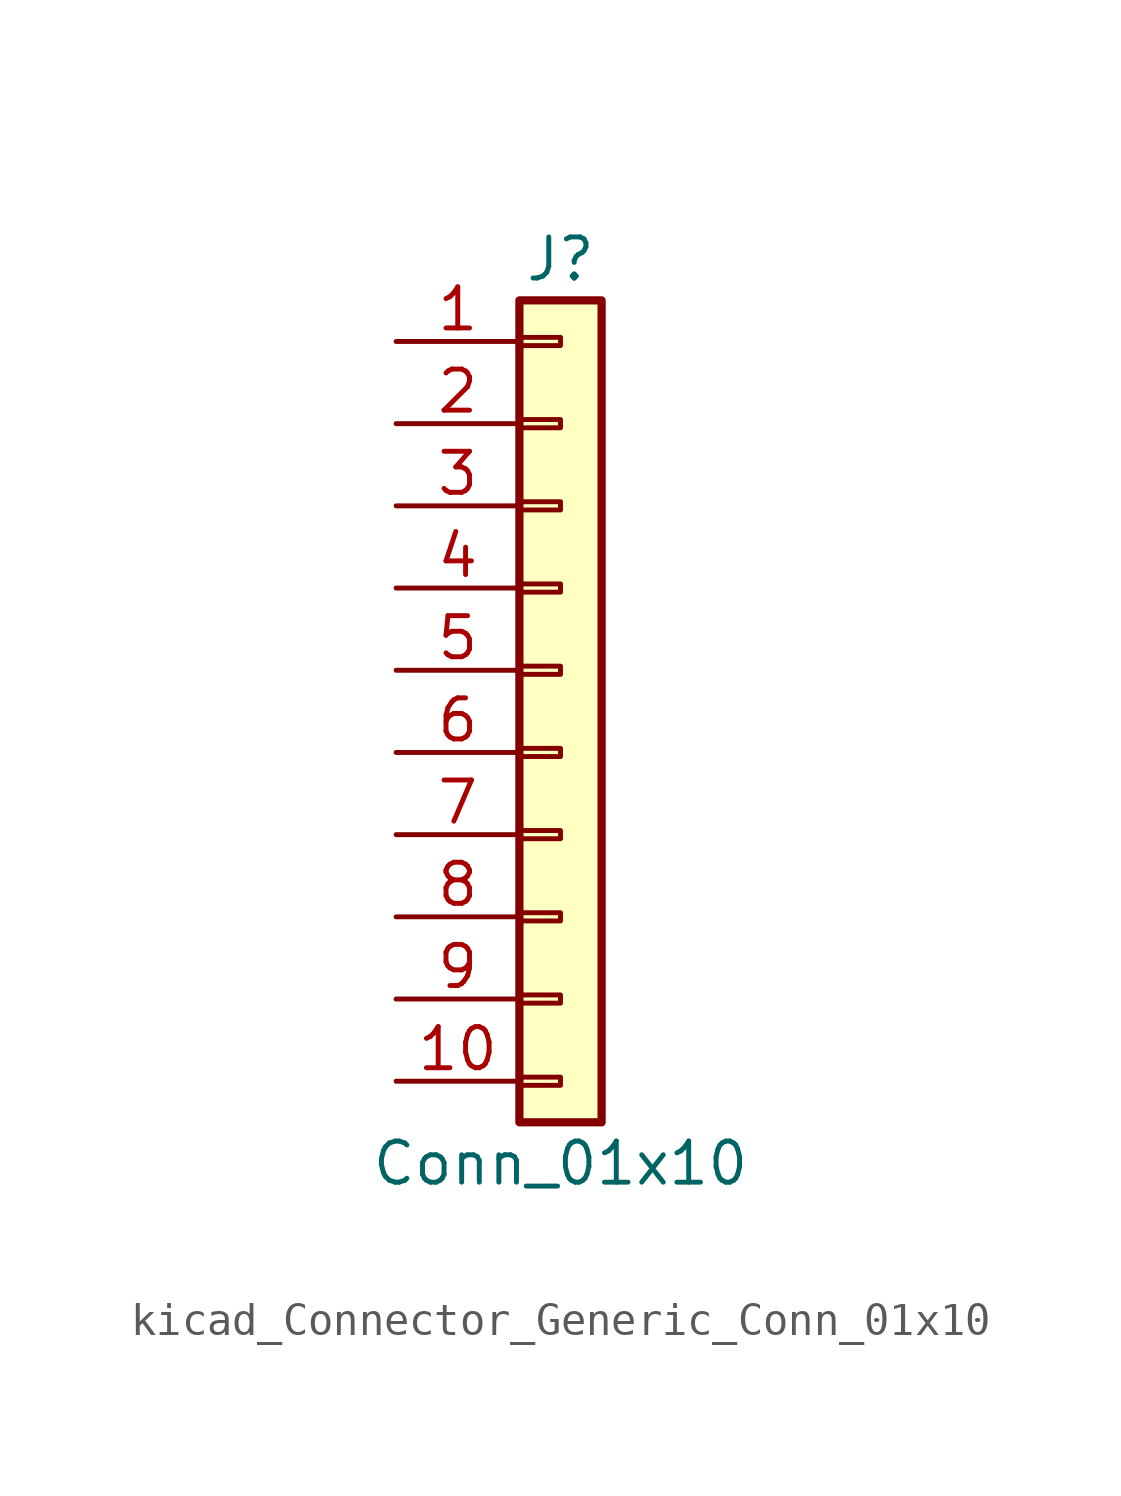
<source format=kicad_sym>
(kicad_symbol_lib
  (version 20220914)
  (generator kicad_symbol_editor)
  (symbol "kicad_Connector_Generic_Conn_01x10"
    (pin_names
      (offset 1.016) hide)
    (property "Reference" "J"
      (at 0 12.7 0)
      (effects (font (size 1.27 1.27))))
    (property "Value" "Conn_01x10"
      (at 0 -15.24 0)
      (effects (font (size 1.27 1.27))))
    (symbol "kicad_Connector_Generic_Conn_01x10_1_1"
      (rectangle (start -1.27 -12.573) (end 0 -12.827) (stroke (width 0.152) (type default)) (fill (type none)))
      (rectangle (start -1.27 -10.033) (end 0 -10.287) (stroke (width 0.152) (type default)) (fill (type none)))
      (rectangle (start -1.27 -7.493) (end 0 -7.747) (stroke (width 0.152) (type default)) (fill (type none)))
      (rectangle (start -1.27 -4.953) (end 0 -5.207) (stroke (width 0.152) (type default)) (fill (type none)))
      (rectangle (start -1.27 -2.413) (end 0 -2.667) (stroke (width 0.152) (type default)) (fill (type none)))
      (rectangle (start -1.27 0.127) (end 0 -0.127) (stroke (width 0.152) (type default)) (fill (type none)))
      (rectangle (start -1.27 2.667) (end 0 2.413) (stroke (width 0.152) (type default)) (fill (type none)))
      (rectangle (start -1.27 5.207) (end 0 4.953) (stroke (width 0.152) (type default)) (fill (type none)))
      (rectangle (start -1.27 7.747) (end 0 7.493) (stroke (width 0.152) (type default)) (fill (type none)))
      (rectangle (start -1.27 10.287) (end 0 10.033) (stroke (width 0.152) (type default)) (fill (type none)))
      (rectangle (start -1.27 11.43) (end 1.27 -13.97) (stroke (width 0.254) (type default)) (fill (type background)))
      (pin passive line (at -5.08 10.16 0) (length 3.81) (name "Pin_1" (effects (font (size 1.27 1.27)))) (number "1" (effects (font (size 1.27 1.27)))))
      (pin passive line (at -5.08 -12.7 0) (length 3.81) (name "Pin_10" (effects (font (size 1.27 1.27)))) (number "10" (effects (font (size 1.27 1.27)))))
      (pin passive line (at -5.08 7.62 0) (length 3.81) (name "Pin_2" (effects (font (size 1.27 1.27)))) (number "2" (effects (font (size 1.27 1.27)))))
      (pin passive line (at -5.08 5.08 0) (length 3.81) (name "Pin_3" (effects (font (size 1.27 1.27)))) (number "3" (effects (font (size 1.27 1.27)))))
      (pin passive line (at -5.08 2.54 0) (length 3.81) (name "Pin_4" (effects (font (size 1.27 1.27)))) (number "4" (effects (font (size 1.27 1.27)))))
      (pin passive line (at -5.08 0 0) (length 3.81) (name "Pin_5" (effects (font (size 1.27 1.27)))) (number "5" (effects (font (size 1.27 1.27)))))
      (pin passive line (at -5.08 -2.54 0) (length 3.81) (name "Pin_6" (effects (font (size 1.27 1.27)))) (number "6" (effects (font (size 1.27 1.27)))))
      (pin passive line (at -5.08 -5.08 0) (length 3.81) (name "Pin_7" (effects (font (size 1.27 1.27)))) (number "7" (effects (font (size 1.27 1.27)))))
      (pin passive line (at -5.08 -7.62 0) (length 3.81) (name "Pin_8" (effects (font (size 1.27 1.27)))) (number "8" (effects (font (size 1.27 1.27)))))
      (pin passive line (at -5.08 -10.16 0) (length 3.81) (name "Pin_9" (effects (font (size 1.27 1.27)))) (number "9" (effects (font (size 1.27 1.27))))))))
</source>
